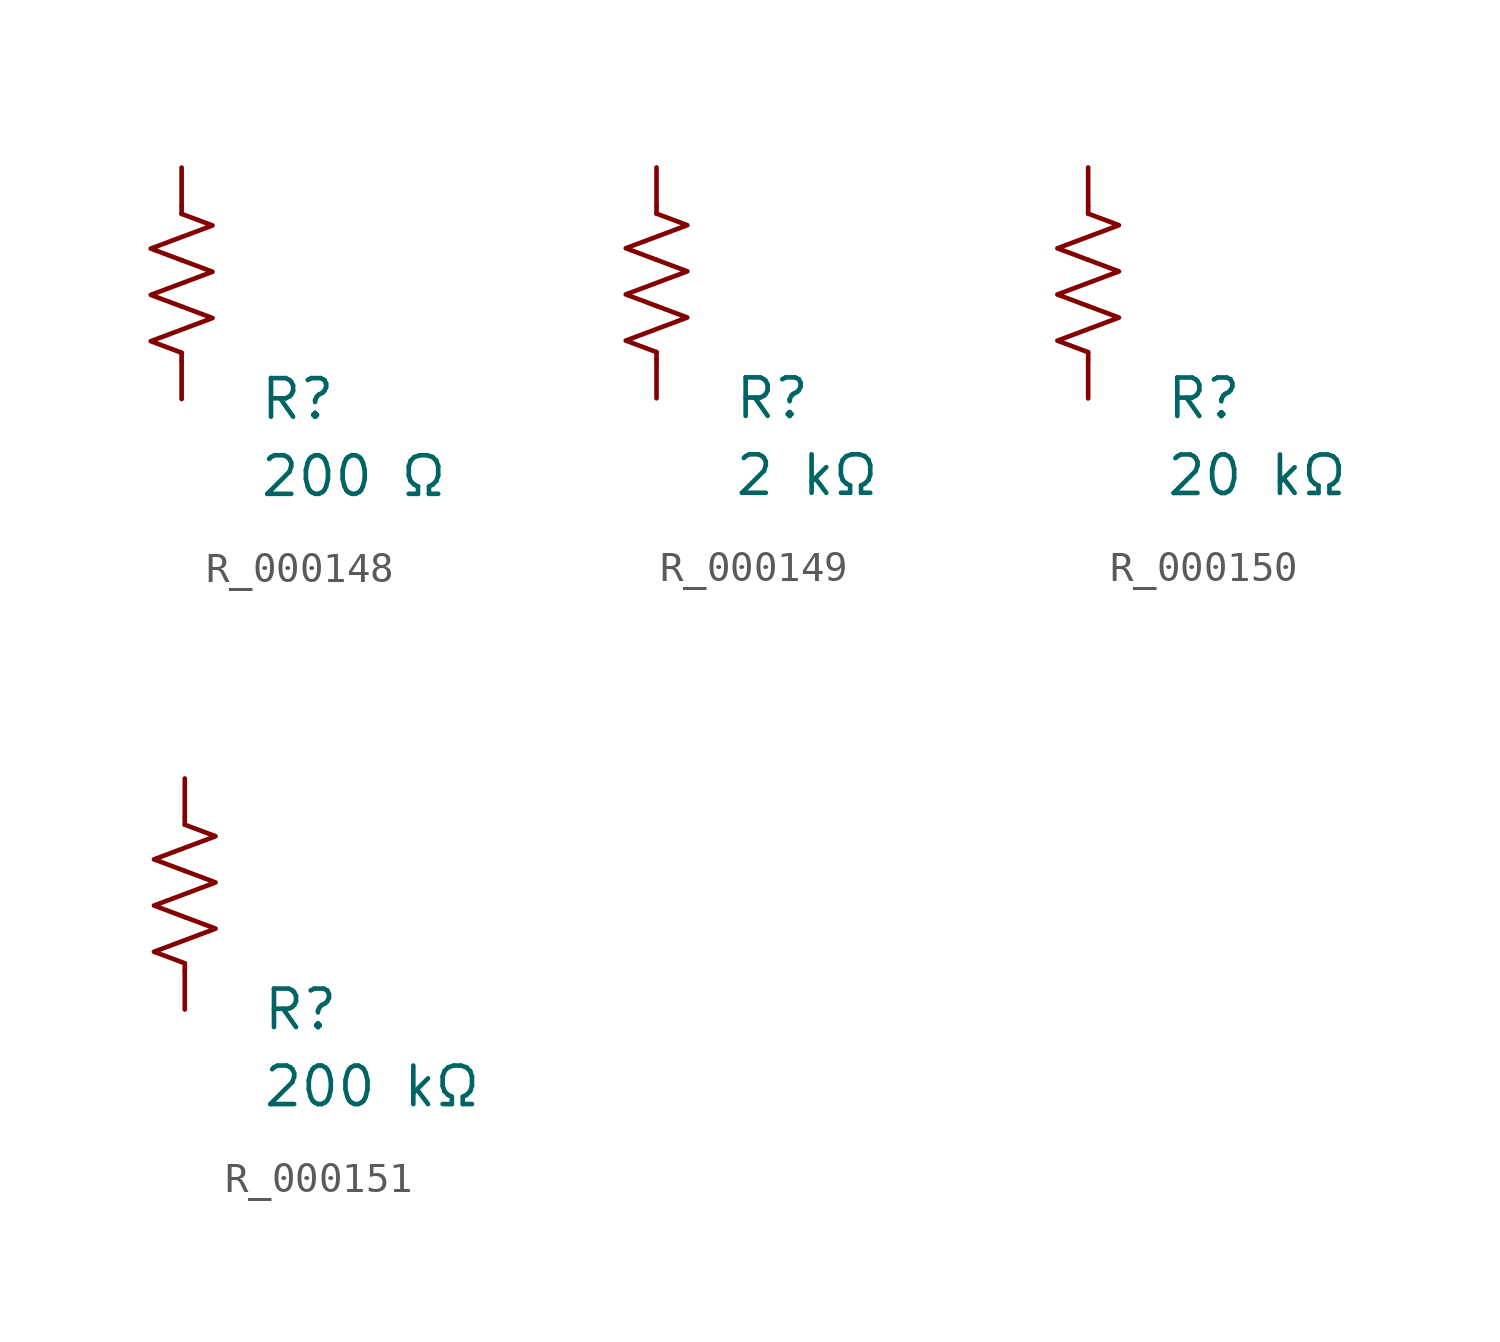
<source format=kicad_sym>
(kicad_symbol_lib
  (version 20231120)
  (generator "kicad_symbol_editor")
  (generator_version "8.0")
  (symbol "R_000148"
    (pin_numbers hide)
    (pin_names
      (offset 0))
    (property "Reference" "R"
      (at 2.54 -3.81 0)
      (effects (font (size 1.27 1.27)) (justify left))
      (show_name no))
    (property "Value" "200 Ω"
      (at 2.54 -6.35 0)
      (effects (font (size 1.27 1.27)) (justify left))
      (show_name no))
    (symbol "R_000148_0_1"
      (polyline (pts (xy 0 -2.286) (xy 0 -2.54)) (stroke (width 0) (type default)) (fill (type none)))
      (polyline (pts (xy 0 2.286) (xy 0 2.54)) (stroke (width 0) (type default)) (fill (type none)))
      (polyline (pts (xy 0 -0.762) (xy 1.016 -1.143) (xy 0 -1.524) (xy -1.016 -1.905) (xy 0 -2.286)) (stroke (width 0) (type default)) (fill (type none)))
      (polyline (pts (xy 0 0.762) (xy 1.016 0.381) (xy 0 0) (xy -1.016 -0.381) (xy 0 -0.762)) (stroke (width 0) (type default)) (fill (type none)))
      (polyline (pts (xy 0 2.286) (xy 1.016 1.905) (xy 0 1.524) (xy -1.016 1.143) (xy 0 0.762)) (stroke (width 0) (type default)) (fill (type none))))
    (symbol "R_000148_1_1"
      (pin passive line (at 0 3.81 270) (length 1.27) (name "~" (effects (font (size 1.27 1.27)))) (number "1" (effects (font (size 1.27 1.27)))))
      (pin passive line (at 0 -3.81 90) (length 1.27) (name "~" (effects (font (size 1.27 1.27)))) (number "2" (effects (font (size 1.27 1.27)))))))
  (symbol "R_000149"
    (pin_numbers hide)
    (pin_names
      (offset 0))
    (property "Reference" "R"
      (at 2.54 -3.81 0)
      (effects (font (size 1.27 1.27)) (justify left))
      (show_name no))
    (property "Value" "2 kΩ"
      (at 2.54 -6.35 0)
      (effects (font (size 1.27 1.27)) (justify left))
      (show_name no))
    (symbol "R_000149_0_1"
      (polyline (pts (xy 0 -2.286) (xy 0 -2.54)) (stroke (width 0) (type default)) (fill (type none)))
      (polyline (pts (xy 0 2.286) (xy 0 2.54)) (stroke (width 0) (type default)) (fill (type none)))
      (polyline (pts (xy 0 -0.762) (xy 1.016 -1.143) (xy 0 -1.524) (xy -1.016 -1.905) (xy 0 -2.286)) (stroke (width 0) (type default)) (fill (type none)))
      (polyline (pts (xy 0 0.762) (xy 1.016 0.381) (xy 0 0) (xy -1.016 -0.381) (xy 0 -0.762)) (stroke (width 0) (type default)) (fill (type none)))
      (polyline (pts (xy 0 2.286) (xy 1.016 1.905) (xy 0 1.524) (xy -1.016 1.143) (xy 0 0.762)) (stroke (width 0) (type default)) (fill (type none))))
    (symbol "R_000149_1_1"
      (pin passive line (at 0 3.81 270) (length 1.27) (name "~" (effects (font (size 1.27 1.27)))) (number "1" (effects (font (size 1.27 1.27)))))
      (pin passive line (at 0 -3.81 90) (length 1.27) (name "~" (effects (font (size 1.27 1.27)))) (number "2" (effects (font (size 1.27 1.27)))))))
  (symbol "R_000150"
    (pin_numbers hide)
    (pin_names
      (offset 0))
    (property "Reference" "R"
      (at 2.54 -3.81 0)
      (effects (font (size 1.27 1.27)) (justify left))
      (show_name no))
    (property "Value" "20 kΩ"
      (at 2.54 -6.35 0)
      (effects (font (size 1.27 1.27)) (justify left))
      (show_name no))
    (symbol "R_000150_0_1"
      (polyline (pts (xy 0 -2.286) (xy 0 -2.54)) (stroke (width 0) (type default)) (fill (type none)))
      (polyline (pts (xy 0 2.286) (xy 0 2.54)) (stroke (width 0) (type default)) (fill (type none)))
      (polyline (pts (xy 0 -0.762) (xy 1.016 -1.143) (xy 0 -1.524) (xy -1.016 -1.905) (xy 0 -2.286)) (stroke (width 0) (type default)) (fill (type none)))
      (polyline (pts (xy 0 0.762) (xy 1.016 0.381) (xy 0 0) (xy -1.016 -0.381) (xy 0 -0.762)) (stroke (width 0) (type default)) (fill (type none)))
      (polyline (pts (xy 0 2.286) (xy 1.016 1.905) (xy 0 1.524) (xy -1.016 1.143) (xy 0 0.762)) (stroke (width 0) (type default)) (fill (type none))))
    (symbol "R_000150_1_1"
      (pin passive line (at 0 3.81 270) (length 1.27) (name "~" (effects (font (size 1.27 1.27)))) (number "1" (effects (font (size 1.27 1.27)))))
      (pin passive line (at 0 -3.81 90) (length 1.27) (name "~" (effects (font (size 1.27 1.27)))) (number "2" (effects (font (size 1.27 1.27)))))))
  (symbol "R_000151"
    (pin_numbers hide)
    (pin_names
      (offset 0))
    (property "Reference" "R"
      (at 2.54 -3.81 0)
      (effects (font (size 1.27 1.27)) (justify left))
      (show_name no))
    (property "Value" "200 kΩ"
      (at 2.54 -6.35 0)
      (effects (font (size 1.27 1.27)) (justify left))
      (show_name no))
    (symbol "R_000151_0_1"
      (polyline (pts (xy 0 -2.286) (xy 0 -2.54)) (stroke (width 0) (type default)) (fill (type none)))
      (polyline (pts (xy 0 2.286) (xy 0 2.54)) (stroke (width 0) (type default)) (fill (type none)))
      (polyline (pts (xy 0 -0.762) (xy 1.016 -1.143) (xy 0 -1.524) (xy -1.016 -1.905) (xy 0 -2.286)) (stroke (width 0) (type default)) (fill (type none)))
      (polyline (pts (xy 0 0.762) (xy 1.016 0.381) (xy 0 0) (xy -1.016 -0.381) (xy 0 -0.762)) (stroke (width 0) (type default)) (fill (type none)))
      (polyline (pts (xy 0 2.286) (xy 1.016 1.905) (xy 0 1.524) (xy -1.016 1.143) (xy 0 0.762)) (stroke (width 0) (type default)) (fill (type none))))
    (symbol "R_000151_1_1"
      (pin passive line (at 0 3.81 270) (length 1.27) (name "~" (effects (font (size 1.27 1.27)))) (number "1" (effects (font (size 1.27 1.27)))))
      (pin passive line (at 0 -3.81 90) (length 1.27) (name "~" (effects (font (size 1.27 1.27)))) (number "2" (effects (font (size 1.27 1.27))))))))
</source>
